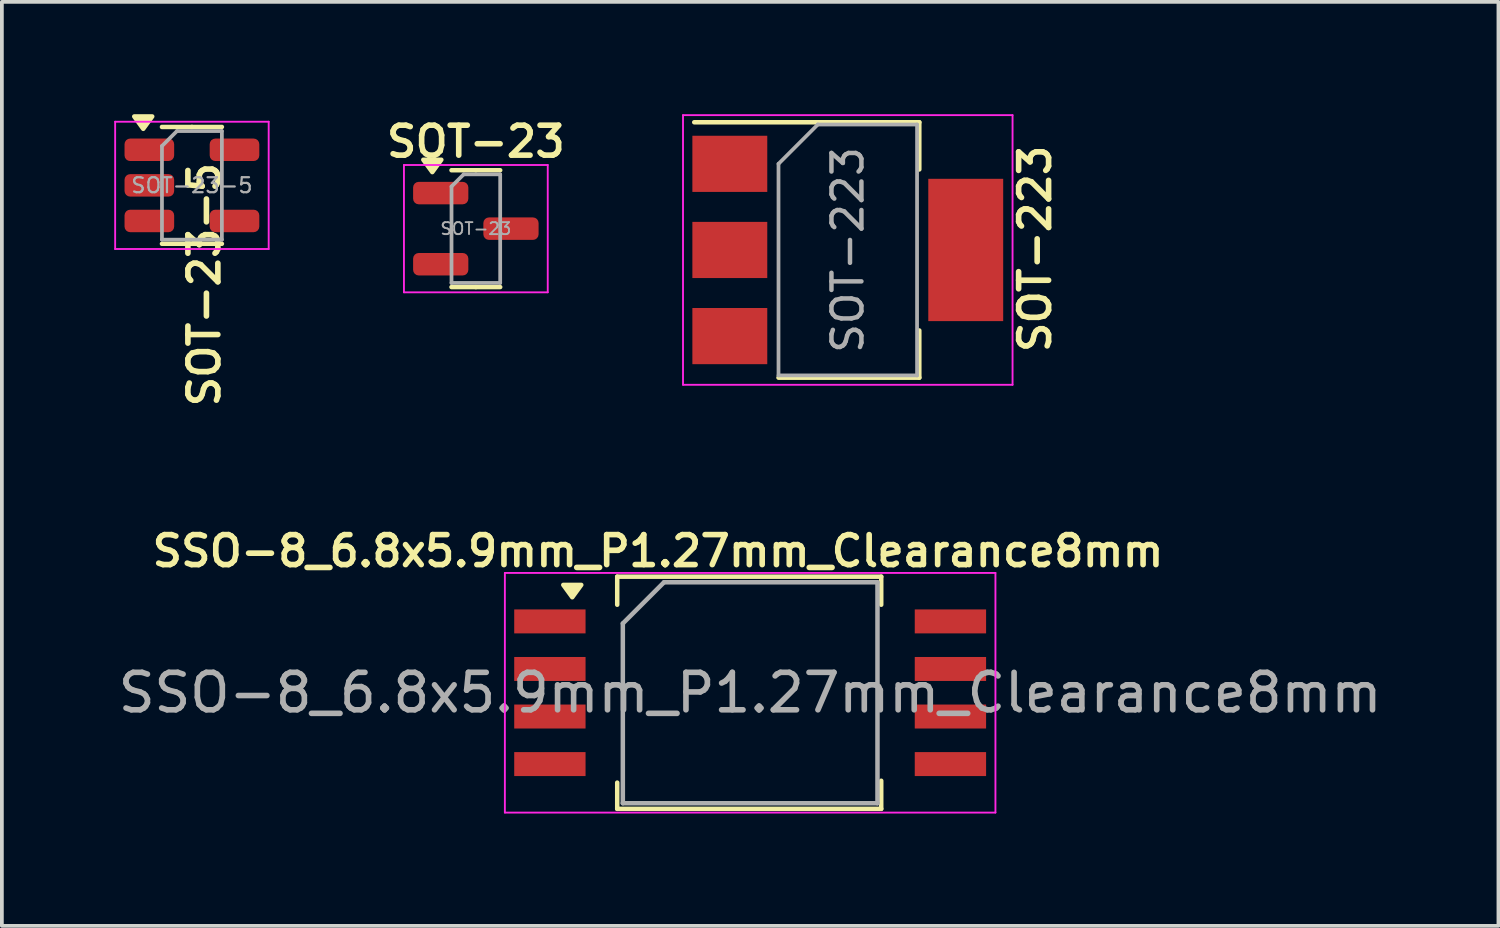
<source format=kicad_pcb>
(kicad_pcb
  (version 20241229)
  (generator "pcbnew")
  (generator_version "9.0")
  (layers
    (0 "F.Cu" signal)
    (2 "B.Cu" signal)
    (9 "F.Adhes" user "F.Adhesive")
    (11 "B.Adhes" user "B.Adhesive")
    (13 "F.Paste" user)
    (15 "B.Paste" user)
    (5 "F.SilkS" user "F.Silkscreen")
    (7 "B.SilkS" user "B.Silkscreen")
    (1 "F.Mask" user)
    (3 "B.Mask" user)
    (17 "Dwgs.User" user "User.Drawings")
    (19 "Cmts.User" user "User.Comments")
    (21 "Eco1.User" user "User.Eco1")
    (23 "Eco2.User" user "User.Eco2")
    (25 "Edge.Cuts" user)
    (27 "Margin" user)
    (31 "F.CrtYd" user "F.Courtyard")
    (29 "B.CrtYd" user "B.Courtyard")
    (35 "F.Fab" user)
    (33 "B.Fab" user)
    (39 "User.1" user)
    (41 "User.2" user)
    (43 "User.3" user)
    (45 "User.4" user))
  (footprint "SOT-23-5"
    (layer "F.Cu")
    (at 2.075 1.9)
    (property "Reference" "SOT-23-5" (at 0.33 2.65 90) (layer "F.SilkS") (effects (font (size 0.8 0.8) (thickness 0.15))))
    (attr smd)
    (fp_line (start 0 -1.56) (end -0.8 -1.56) (stroke (width 0.12) (type solid)) (layer "F.SilkS"))
    (fp_line (start 0 -1.56) (end 0.8 -1.56) (stroke (width 0.12) (type solid)) (layer "F.SilkS"))
    (fp_line (start 0 1.56) (end -0.8 1.56) (stroke (width 0.12) (type solid)) (layer "F.SilkS"))
    (fp_line (start 0 1.56) (end 0.8 1.56) (stroke (width 0.12) (type solid)) (layer "F.SilkS"))
    (fp_poly (pts (xy -1.3 -1.51) (xy -1.54 -1.84) (xy -1.06 -1.84) (xy -1.3 -1.51)) (stroke (width 0.12) (type solid)) (fill yes) (layer "F.SilkS"))
    (fp_line (start -2.05 -1.7) (end -2.05 1.7) (stroke (width 0.05) (type solid)) (layer "F.CrtYd"))
    (fp_line (start -2.05 1.7) (end 2.05 1.7) (stroke (width 0.05) (type solid)) (layer "F.CrtYd"))
    (fp_line (start 2.05 -1.7) (end -2.05 -1.7) (stroke (width 0.05) (type solid)) (layer "F.CrtYd"))
    (fp_line (start 2.05 1.7) (end 2.05 -1.7) (stroke (width 0.05) (type solid)) (layer "F.CrtYd"))
    (fp_line (start -0.8 -1.05) (end -0.4 -1.45) (stroke (width 0.1) (type solid)) (layer "F.Fab"))
    (fp_line (start -0.8 1.45) (end -0.8 -1.05) (stroke (width 0.1) (type solid)) (layer "F.Fab"))
    (fp_line (start -0.4 -1.45) (end 0.8 -1.45) (stroke (width 0.1) (type solid)) (layer "F.Fab"))
    (fp_line (start 0.8 -1.45) (end 0.8 1.45) (stroke (width 0.1) (type solid)) (layer "F.Fab"))
    (fp_line (start 0.8 1.45) (end -0.8 1.45) (stroke (width 0.1) (type solid)) (layer "F.Fab"))
    (fp_text user "${REFERENCE}" (at 0 0 180) (layer "F.Fab") (effects (font (size 0.4 0.4) (thickness 0.06))))
    (pad "1" smd roundrect (at -1.137 -0.95) (size 1.325 0.6) (layers "F.Cu" "F.Mask" "F.Paste") (roundrect_rratio 0.25))
    (pad "2" smd roundrect (at -1.137 0) (size 1.325 0.6) (layers "F.Cu" "F.Mask" "F.Paste") (roundrect_rratio 0.25))
    (pad "3" smd roundrect (at -1.137 0.95) (size 1.325 0.6) (layers "F.Cu" "F.Mask" "F.Paste") (roundrect_rratio 0.25))
    (pad "4" smd roundrect (at 1.137 0.95) (size 1.325 0.6) (layers "F.Cu" "F.Mask" "F.Paste") (roundrect_rratio 0.25))
    (pad "5" smd roundrect (at 1.137 -0.95) (size 1.325 0.6) (layers "F.Cu" "F.Mask" "F.Paste") (roundrect_rratio 0.25)))
  (footprint "SOT-23"
    (layer "F.Cu")
    (at 9.657 3.056)
    (property "Reference" "SOT-23" (at 0 -2.325 0) (layer "F.SilkS") (effects (font (size 0.8 0.8) (thickness 0.15))))
    (attr smd)
    (fp_line (start 0 -1.56) (end -0.65 -1.56) (stroke (width 0.12) (type solid)) (layer "F.SilkS"))
    (fp_line (start 0 -1.56) (end 0.65 -1.56) (stroke (width 0.12) (type solid)) (layer "F.SilkS"))
    (fp_line (start 0 1.56) (end -0.65 1.56) (stroke (width 0.12) (type solid)) (layer "F.SilkS"))
    (fp_line (start 0 1.56) (end 0.65 1.56) (stroke (width 0.12) (type solid)) (layer "F.SilkS"))
    (fp_poly (pts (xy -1.163 -1.51) (xy -1.403 -1.84) (xy -0.922 -1.84) (xy -1.163 -1.51)) (stroke (width 0.12) (type solid)) (fill yes) (layer "F.SilkS"))
    (fp_line (start -1.92 -1.7) (end -1.92 1.7) (stroke (width 0.05) (type solid)) (layer "F.CrtYd"))
    (fp_line (start -1.92 1.7) (end 1.92 1.7) (stroke (width 0.05) (type solid)) (layer "F.CrtYd"))
    (fp_line (start 1.92 -1.7) (end -1.92 -1.7) (stroke (width 0.05) (type solid)) (layer "F.CrtYd"))
    (fp_line (start 1.92 1.7) (end 1.92 -1.7) (stroke (width 0.05) (type solid)) (layer "F.CrtYd"))
    (fp_line (start -0.65 -1.125) (end -0.325 -1.45) (stroke (width 0.1) (type solid)) (layer "F.Fab"))
    (fp_line (start -0.65 1.45) (end -0.65 -1.125) (stroke (width 0.1) (type solid)) (layer "F.Fab"))
    (fp_line (start -0.325 -1.45) (end 0.65 -1.45) (stroke (width 0.1) (type solid)) (layer "F.Fab"))
    (fp_line (start 0.65 -1.45) (end 0.65 1.45) (stroke (width 0.1) (type solid)) (layer "F.Fab"))
    (fp_line (start 0.65 1.45) (end -0.65 1.45) (stroke (width 0.1) (type solid)) (layer "F.Fab"))
    (fp_text user "${REFERENCE}" (at 0 0 0) (layer "F.Fab") (effects (font (size 0.32 0.32) (thickness 0.05))))
    (pad "1" smd roundrect (at -0.938 -0.95) (size 1.475 0.6) (layers "F.Cu" "F.Mask" "F.Paste") (roundrect_rratio 0.25))
    (pad "2" smd roundrect (at -0.938 0.95) (size 1.475 0.6) (layers "F.Cu" "F.Mask" "F.Paste") (roundrect_rratio 0.25))
    (pad "3" smd roundrect (at 0.938 0) (size 1.475 0.6) (layers "F.Cu" "F.Mask" "F.Paste") (roundrect_rratio 0.25)))
  (footprint "SSO-8_6.8x5.9mm_P1.27mm_Clearance8mm"
    (layer "F.Cu")
    (at 16.982 15.449)
    (property "Reference" "SSO-8_6.8x5.9mm_P1.27mm_Clearance8mm" (at -2.46 -3.785 180) (layer "F.SilkS") (effects (font (size 0.8 0.8) (thickness 0.15))))
    (attr smd)
    (fp_line (start -3.55 -2.35) (end -3.55 -3.1) (stroke (width 0.12) (type solid)) (layer "F.SilkS"))
    (fp_line (start -3.55 2.4) (end -3.55 3.1) (stroke (width 0.12) (type solid)) (layer "F.SilkS"))
    (fp_line (start -3.55 3.1) (end 3.5 3.1) (stroke (width 0.12) (type solid)) (layer "F.SilkS"))
    (fp_line (start 3.5 -3.1) (end -3.55 -3.1) (stroke (width 0.12) (type solid)) (layer "F.SilkS"))
    (fp_line (start 3.5 -2.35) (end 3.5 -3.1) (stroke (width 0.12) (type solid)) (layer "F.SilkS"))
    (fp_line (start 3.5 3.1) (end 3.5 2.35) (stroke (width 0.12) (type solid)) (layer "F.SilkS"))
    (fp_poly (pts (xy -4.75 -2.55) (xy -4.99 -2.88) (xy -4.51 -2.88) (xy -4.75 -2.55)) (stroke (width 0.12) (type solid)) (fill yes) (layer "F.SilkS"))
    (fp_line (start -6.55 -3.2) (end -6.55 3.2) (stroke (width 0.05) (type solid)) (layer "F.CrtYd"))
    (fp_line (start -6.55 -3.2) (end 6.55 -3.2) (stroke (width 0.05) (type solid)) (layer "F.CrtYd"))
    (fp_line (start 6.55 3.2) (end -6.55 3.2) (stroke (width 0.05) (type solid)) (layer "F.CrtYd"))
    (fp_line (start 6.55 3.2) (end 6.55 -3.2) (stroke (width 0.05) (type solid)) (layer "F.CrtYd"))
    (fp_line (start -3.4 -1.85) (end -3.4 2.95) (stroke (width 0.12) (type solid)) (layer "F.Fab"))
    (fp_line (start -3.4 2.95) (end 3.4 2.95) (stroke (width 0.12) (type solid)) (layer "F.Fab"))
    (fp_line (start -2.3 -2.95) (end -3.4 -1.85) (stroke (width 0.12) (type solid)) (layer "F.Fab"))
    (fp_line (start 3.4 -2.95) (end -2.3 -2.95) (stroke (width 0.12) (type solid)) (layer "F.Fab"))
    (fp_line (start 3.4 2.95) (end 3.4 -2.95) (stroke (width 0.12) (type solid)) (layer "F.Fab"))
    (fp_text user "${REFERENCE}" (at 0 0 180) (layer "F.Fab") (effects (font (size 1 1) (thickness 0.15))))
    (pad "1" smd rect (at -5.348 -1.905) (size 1.905 0.64) (layers "F.Cu" "F.Mask" "F.Paste"))
    (pad "2" smd rect (at -5.348 -0.635) (size 1.905 0.64) (layers "F.Cu" "F.Mask" "F.Paste"))
    (pad "3" smd rect (at -5.348 0.635) (size 1.905 0.64) (layers "F.Cu" "F.Mask" "F.Paste"))
    (pad "4" smd rect (at -5.348 1.905) (size 1.905 0.64) (layers "F.Cu" "F.Mask" "F.Paste"))
    (pad "5" smd rect (at 5.348 1.905) (size 1.905 0.64) (layers "F.Cu" "F.Mask" "F.Paste"))
    (pad "6" smd rect (at 5.348 0.635) (size 1.905 0.64) (layers "F.Cu" "F.Mask" "F.Paste"))
    (pad "7" smd rect (at 5.348 -0.635) (size 1.905 0.64) (layers "F.Cu" "F.Mask" "F.Paste"))
    (pad "8" smd rect (at 5.348 -1.905) (size 1.905 0.64) (layers "F.Cu" "F.Mask" "F.Paste")))
  (footprint "SOT-223"
    (layer "F.Cu")
    (at 19.589 3.625)
    (property "Reference" "SOT-223" (at 5 -0.03 90) (layer "F.SilkS") (effects (font (size 0.8 0.8) (thickness 0.15))))
    (attr smd)
    (fp_line (start -4.1 -3.41) (end 1.91 -3.41) (stroke (width 0.12) (type solid)) (layer "F.SilkS"))
    (fp_line (start -1.85 3.41) (end 1.91 3.41) (stroke (width 0.12) (type solid)) (layer "F.SilkS"))
    (fp_line (start 1.91 -3.41) (end 1.91 -2.15) (stroke (width 0.12) (type solid)) (layer "F.SilkS"))
    (fp_line (start 1.91 3.41) (end 1.91 2.15) (stroke (width 0.12) (type solid)) (layer "F.SilkS"))
    (fp_line (start -4.4 -3.6) (end -4.4 3.6) (stroke (width 0.05) (type solid)) (layer "F.CrtYd"))
    (fp_line (start -4.4 3.6) (end 4.4 3.6) (stroke (width 0.05) (type solid)) (layer "F.CrtYd"))
    (fp_line (start 4.4 -3.6) (end -4.4 -3.6) (stroke (width 0.05) (type solid)) (layer "F.CrtYd"))
    (fp_line (start 4.4 3.6) (end 4.4 -3.6) (stroke (width 0.05) (type solid)) (layer "F.CrtYd"))
    (fp_line (start -1.85 -2.3) (end -1.85 3.35) (stroke (width 0.1) (type solid)) (layer "F.Fab"))
    (fp_line (start -1.85 -2.3) (end -0.8 -3.35) (stroke (width 0.1) (type solid)) (layer "F.Fab"))
    (fp_line (start -1.85 3.35) (end 1.85 3.35) (stroke (width 0.1) (type solid)) (layer "F.Fab"))
    (fp_line (start -0.8 -3.35) (end 1.85 -3.35) (stroke (width 0.1) (type solid)) (layer "F.Fab"))
    (fp_line (start 1.85 -3.35) (end 1.85 3.35) (stroke (width 0.1) (type solid)) (layer "F.Fab"))
    (fp_text user "${REFERENCE}" (at 0 0 270) (layer "F.Fab") (effects (font (size 0.8 0.8) (thickness 0.12))))
    (pad "1" smd rect (at -3.15 -2.3) (size 2 1.5) (layers "F.Cu" "F.Mask" "F.Paste"))
    (pad "2" smd rect (at -3.15 0) (size 2 1.5) (layers "F.Cu" "F.Mask" "F.Paste"))
    (pad "3" smd rect (at -3.15 2.3) (size 2 1.5) (layers "F.Cu" "F.Mask" "F.Paste"))
    (pad "4" smd rect (at 3.15 0) (size 2 3.8) (layers "F.Cu" "F.Mask" "F.Paste")))
  (gr_rect
    (start -3 -3)
    (end 36.964 21.674)
    (stroke (width 0.1) (type default))
    (fill no)
    (layer "Edge.Cuts")))
</source>
